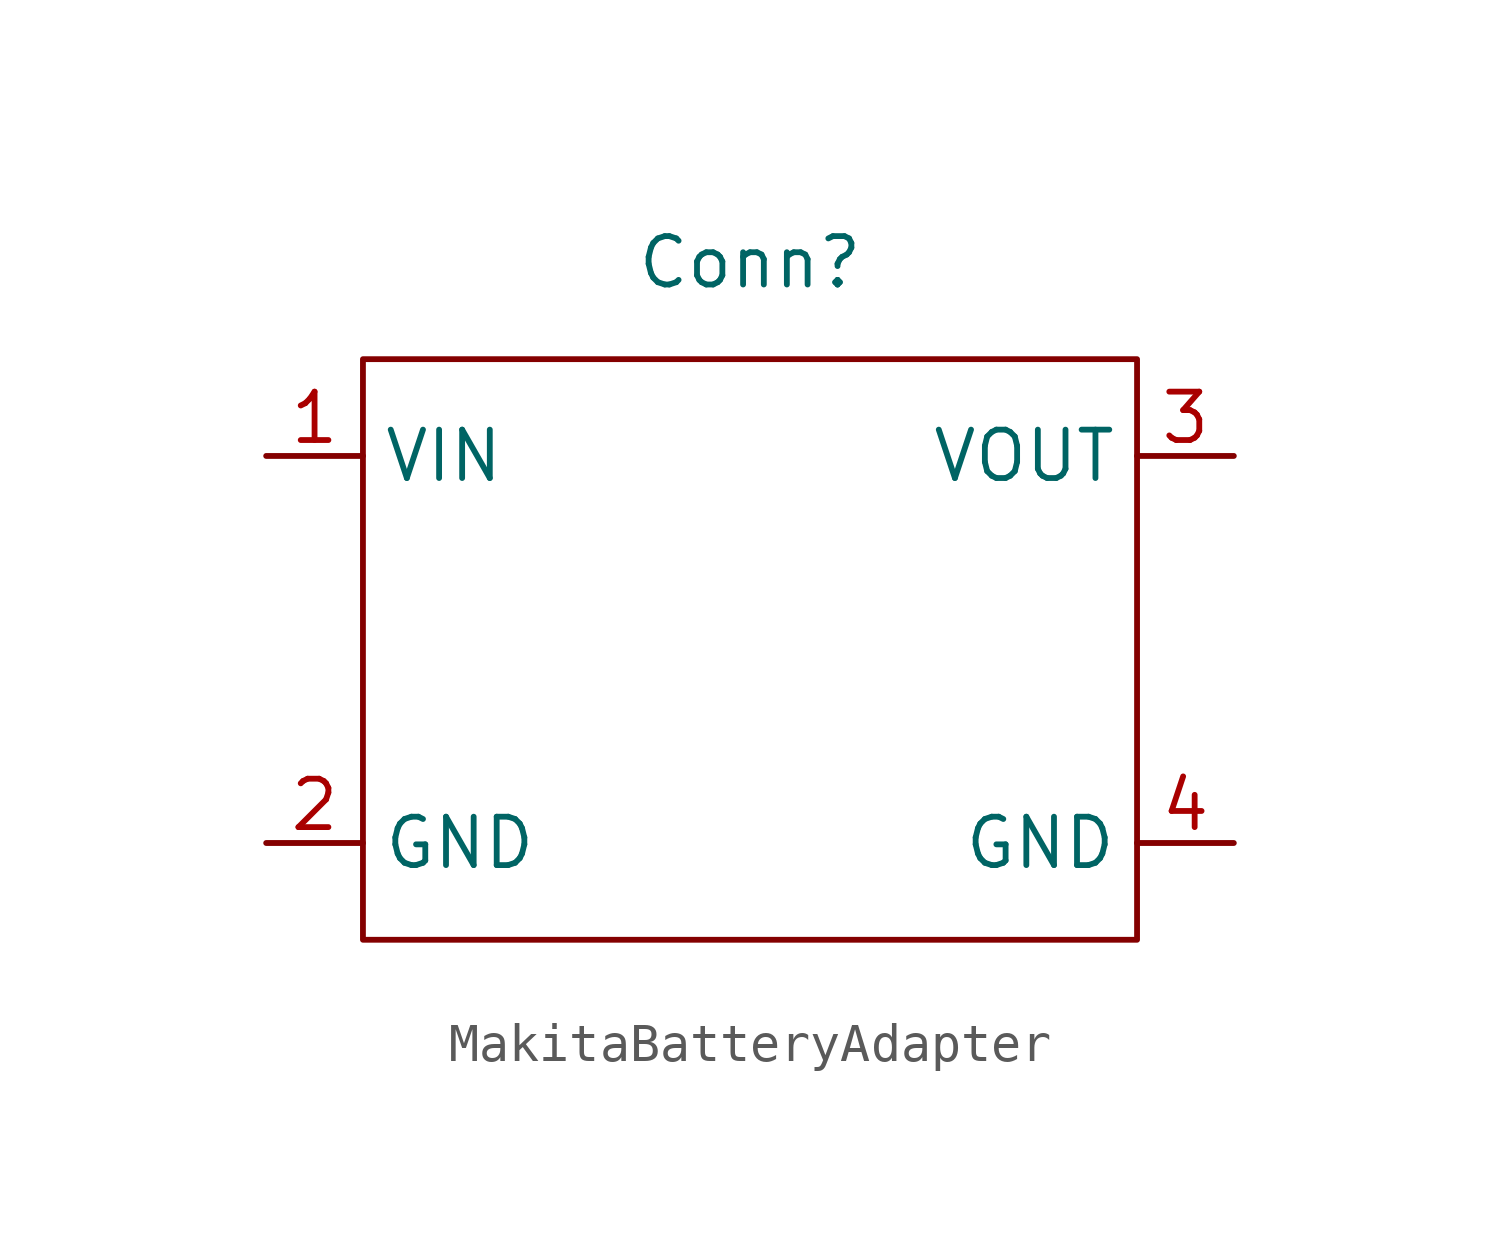
<source format=kicad_sym>
(kicad_symbol_lib
  (version 20220914)
  (generator kicad_symbol_editor)
  (symbol "MakitaBatteryAdapter"
    (property "Reference" "Conn"
      (at 0 10.16 0)
      (effects (font (size 1.27 1.27))))
    (property "Value" ""
      (at 0 0 0)
      (effects (font (size 1.27 1.27))))
    (symbol "MakitaBatteryAdapter_0_1"
      (rectangle (start -10.16 7.62) (end 10.16 -7.62) (stroke (width 0) (type default)) (fill (type none))))
    (symbol "MakitaBatteryAdapter_1_1"
      (pin input line (at -12.7 5.08 0) (length 2.54) (name "VIN" (effects (font (size 1.27 1.27)))) (number "1" (effects (font (size 1.27 1.27)))))
      (pin input line (at -12.7 -5.08 0) (length 2.54) (name "GND" (effects (font (size 1.27 1.27)))) (number "2" (effects (font (size 1.27 1.27)))))
      (pin output line (at 12.7 5.08 180) (length 2.54) (name "VOUT" (effects (font (size 1.27 1.27)))) (number "3" (effects (font (size 1.27 1.27)))))
      (pin output line (at 12.7 -5.08 180) (length 2.54) (name "GND" (effects (font (size 1.27 1.27)))) (number "4" (effects (font (size 1.27 1.27))))))))
</source>
